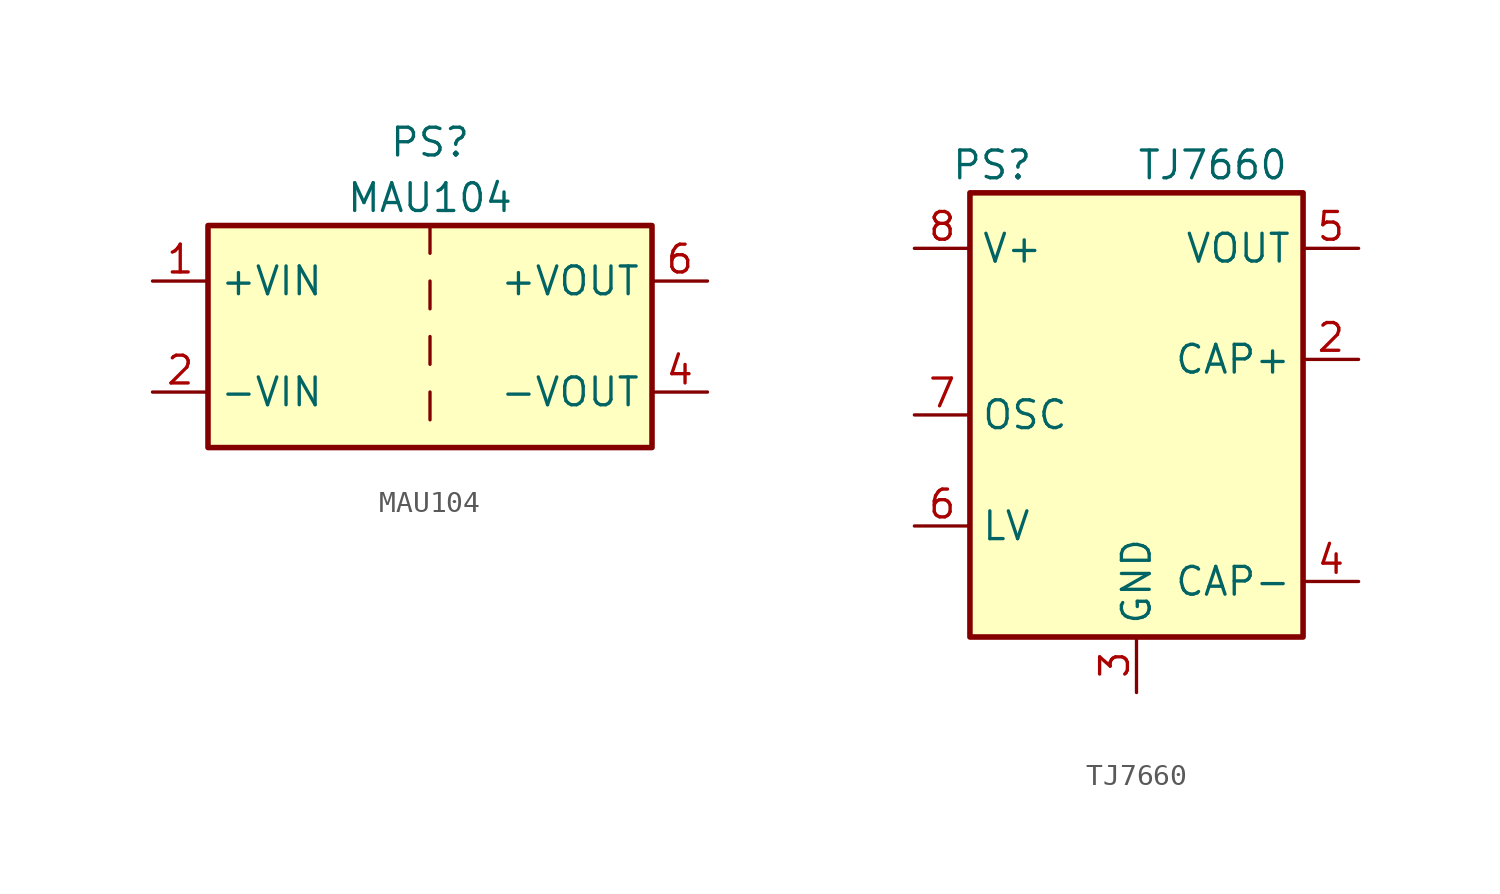
<source format=kicad_sym>
(kicad_symbol_lib
  (version 20231120)
  (generator "kicad_symbol_editor")
  (generator_version "8.0")
  (symbol "MAU104"
    (property "Reference" "PS"
      (at 0 11.43 0)
      (effects (font (size 1.27 1.27))))
    (property "Value" "MAU104"
      (at 0 8.89 0)
      (effects (font (size 1.27 1.27))))
    (symbol "MAU104_0_1"
      (rectangle (start -10.16 7.62) (end 10.16 -2.54) (stroke (width 0.254) (type default)) (fill (type background)))
      (polyline (pts (xy 0 0) (xy 0 -1.27)) (stroke (width 0) (type default)) (fill (type none)))
      (polyline (pts (xy 0 2.54) (xy 0 1.27)) (stroke (width 0) (type default)) (fill (type none)))
      (polyline (pts (xy 0 5.08) (xy 0 3.81)) (stroke (width 0) (type default)) (fill (type none)))
      (polyline (pts (xy 0 7.62) (xy 0 6.35)) (stroke (width 0) (type default)) (fill (type none))))
    (symbol "MAU104_1_1"
      (pin power_in line (at -12.7 5.08 0) (length 2.54) (name "+VIN" (effects (font (size 1.27 1.27)))) (number "1" (effects (font (size 1.27 1.27)))))
      (pin power_in line (at -12.7 0 0) (length 2.54) (name "-VIN" (effects (font (size 1.27 1.27)))) (number "2" (effects (font (size 1.27 1.27)))))
      (pin power_out line (at 12.7 0 180) (length 2.54) (name "-VOUT" (effects (font (size 1.27 1.27)))) (number "4" (effects (font (size 1.27 1.27)))))
      (pin power_out line (at 12.7 5.08 180) (length 2.54) (name "+VOUT" (effects (font (size 1.27 1.27)))) (number "6" (effects (font (size 1.27 1.27)))))))
  (symbol "TJ7660"
    (property "Reference" "PS"
      (at -6.604 11.43 0)
      (effects (font (size 1.27 1.27))))
    (property "Value" "TJ7660"
      (at 0 11.43 0)
      (effects (font (size 1.27 1.27)) (justify left)))
    (symbol "TJ7660_0_1"
      (rectangle (start -7.62 10.16) (end 7.62 -10.16) (stroke (width 0.254) (type default)) (fill (type background))))
    (symbol "TJ7660_1_1"
      (pin no_connect line (at -7.62 5.08 0) (length 2.54) hide (name "NC" (effects (font (size 1.27 1.27)))) (number "1" (effects (font (size 1.27 1.27)))))
      (pin input line (at 10.16 2.54 180) (length 2.54) (name "CAP+" (effects (font (size 1.27 1.27)))) (number "2" (effects (font (size 1.27 1.27)))))
      (pin power_in line (at 0 -12.7 90) (length 2.54) (name "GND" (effects (font (size 1.27 1.27)))) (number "3" (effects (font (size 1.27 1.27)))))
      (pin input line (at 10.16 -7.62 180) (length 2.54) (name "CAP-" (effects (font (size 1.27 1.27)))) (number "4" (effects (font (size 1.27 1.27)))))
      (pin power_out line (at 10.16 7.62 180) (length 2.54) (name "VOUT" (effects (font (size 1.27 1.27)))) (number "5" (effects (font (size 1.27 1.27)))))
      (pin input line (at -10.16 -5.08 0) (length 2.54) (name "LV" (effects (font (size 1.27 1.27)))) (number "6" (effects (font (size 1.27 1.27)))))
      (pin input line (at -10.16 0 0) (length 2.54) (name "OSC" (effects (font (size 1.27 1.27)))) (number "7" (effects (font (size 1.27 1.27)))))
      (pin power_in line (at -10.16 7.62 0) (length 2.54) (name "V+" (effects (font (size 1.27 1.27)))) (number "8" (effects (font (size 1.27 1.27))))))))
</source>
